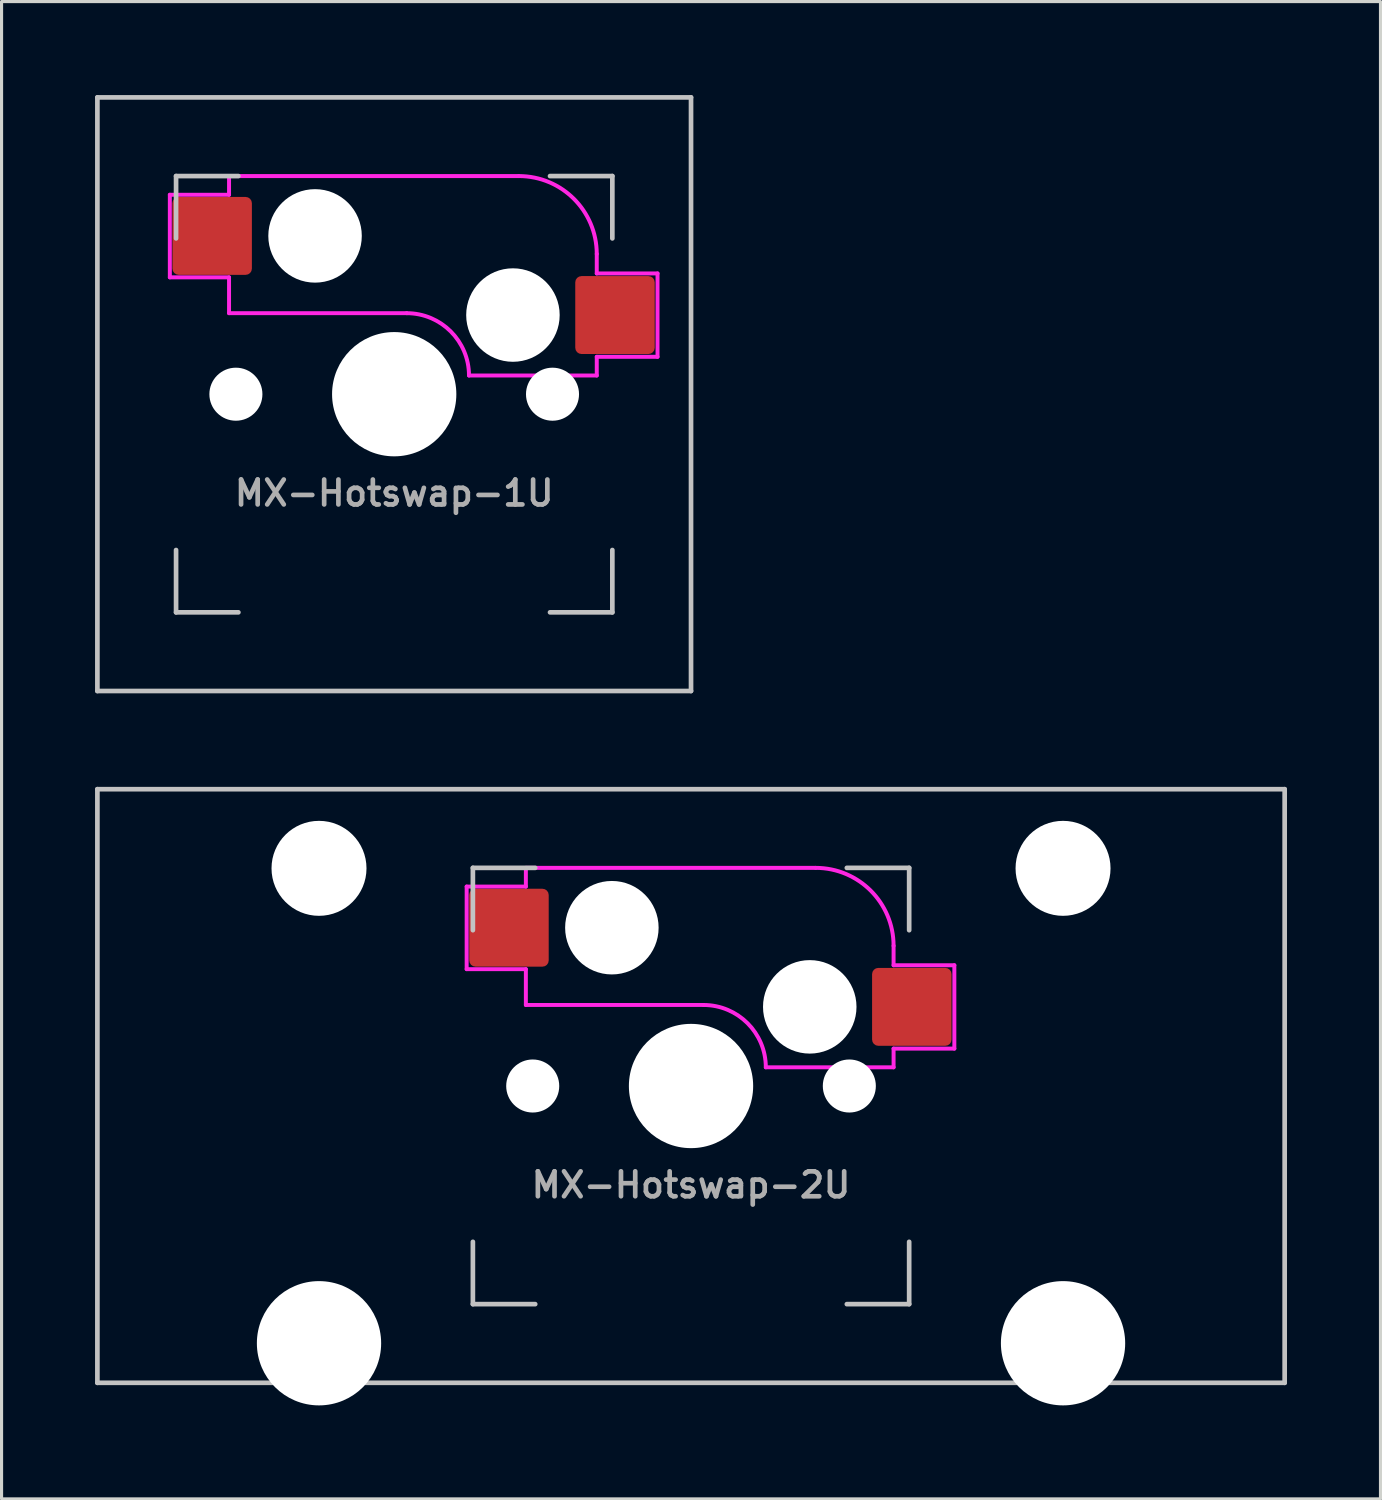
<source format=kicad_pcb>
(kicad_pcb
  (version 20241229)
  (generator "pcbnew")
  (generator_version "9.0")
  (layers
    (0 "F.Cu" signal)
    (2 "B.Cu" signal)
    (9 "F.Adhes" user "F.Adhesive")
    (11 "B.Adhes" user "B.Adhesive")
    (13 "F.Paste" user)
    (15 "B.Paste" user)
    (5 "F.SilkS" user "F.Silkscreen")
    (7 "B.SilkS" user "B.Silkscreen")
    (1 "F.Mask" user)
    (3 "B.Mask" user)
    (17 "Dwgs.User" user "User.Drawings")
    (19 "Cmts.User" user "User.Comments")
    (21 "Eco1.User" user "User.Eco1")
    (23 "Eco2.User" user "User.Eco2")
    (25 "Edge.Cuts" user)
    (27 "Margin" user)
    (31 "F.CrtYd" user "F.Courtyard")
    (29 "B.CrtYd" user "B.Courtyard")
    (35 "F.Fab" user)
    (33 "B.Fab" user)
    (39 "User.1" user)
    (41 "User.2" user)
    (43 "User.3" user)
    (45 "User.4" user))
  (footprint "MX-Hotswap-2U"
    (layer "F.Cu")
    (at 19.125 31.8)
    (property "Reference" "MX-Hotswap-2U" (at 0 3.175 0) (layer "F.Fab") (effects (font (size 0.8 0.8) (thickness 0.15))))
    (attr smd)
    (fp_line (start -19.05 9.525) (end -19.05 -9.525) (stroke (width 0.15) (type solid)) (layer "Dwgs.User"))
    (fp_line (start -7 -7) (end -5 -7) (stroke (width 0.15) (type solid)) (layer "Dwgs.User"))
    (fp_line (start -7 -5) (end -7 -7) (stroke (width 0.15) (type solid)) (layer "Dwgs.User"))
    (fp_line (start -7 5) (end -7 7) (stroke (width 0.15) (type solid)) (layer "Dwgs.User"))
    (fp_line (start -7 7) (end -5 7) (stroke (width 0.15) (type solid)) (layer "Dwgs.User"))
    (fp_line (start 5 7) (end 7 7) (stroke (width 0.15) (type solid)) (layer "Dwgs.User"))
    (fp_line (start 7 -7) (end 5 -7) (stroke (width 0.15) (type solid)) (layer "Dwgs.User"))
    (fp_line (start 7 -5) (end 7 -7) (stroke (width 0.15) (type solid)) (layer "Dwgs.User"))
    (fp_line (start 7 7) (end 7 5) (stroke (width 0.15) (type solid)) (layer "Dwgs.User"))
    (fp_line (start 19.05 -9.525) (end -19.05 -9.525) (stroke (width 0.15) (type solid)) (layer "Dwgs.User"))
    (fp_line (start 19.05 9.525) (end -19.05 9.525) (stroke (width 0.15) (type solid)) (layer "Dwgs.User"))
    (fp_line (start 19.05 9.525) (end 19.05 -9.525) (stroke (width 0.15) (type solid)) (layer "Dwgs.User"))
    (fp_line (start -7.2 -6.4) (end -5.3 -6.4) (stroke (width 0.127) (type solid)) (layer "F.CrtYd"))
    (fp_line (start -7.2 -3.75) (end -7.2 -6.4) (stroke (width 0.127) (type solid)) (layer "F.CrtYd"))
    (fp_line (start -5.3 -6.4) (end -5.3 -7) (stroke (width 0.127) (type solid)) (layer "F.CrtYd"))
    (fp_line (start -5.3 -3.75) (end -7.2 -3.75) (stroke (width 0.127) (type solid)) (layer "F.CrtYd"))
    (fp_line (start -5.3 -3.75) (end -5.3 -2.6) (stroke (width 0.127) (type solid)) (layer "F.CrtYd"))
    (fp_line (start -5.3 -2.6) (end 0.4 -2.6) (stroke (width 0.127) (type solid)) (layer "F.CrtYd"))
    (fp_line (start 2.4 -0.6) (end 6.5 -0.6) (stroke (width 0.127) (type solid)) (layer "F.CrtYd"))
    (fp_line (start 4 -7) (end -5.3 -7) (stroke (width 0.127) (type solid)) (layer "F.CrtYd"))
    (fp_line (start 6.5 -3.875) (end 6.5 -4.5) (stroke (width 0.127) (type solid)) (layer "F.CrtYd"))
    (fp_line (start 6.5 -1.2) (end 6.5 -0.6) (stroke (width 0.127) (type solid)) (layer "F.CrtYd"))
    (fp_line (start 6.5 -1.2) (end 8.45 -1.2) (stroke (width 0.127) (type solid)) (layer "F.CrtYd"))
    (fp_line (start 8.45 -3.875) (end 6.5 -3.875) (stroke (width 0.127) (type solid)) (layer "F.CrtYd"))
    (fp_line (start 8.45 -1.2) (end 8.45 -3.875) (stroke (width 0.127) (type solid)) (layer "F.CrtYd"))
    (fp_arc (start 0.4 -2.6) (mid 1.814214 -2.014214) (end 2.4 -0.6) (stroke (width 0.127) (type solid)) (layer "F.CrtYd"))
    (fp_arc (start 4 -7) (mid 5.767767 -6.267767) (end 6.5 -4.5) (stroke (width 0.127) (type solid)) (layer "F.CrtYd"))
    (pad "" np_thru_hole circle (at -11.938 -6.985) (size 3.048 3.048) (drill 3.048) (layers "*.Cu" "*.Mask"))
    (pad "" np_thru_hole circle (at -11.938 8.255) (size 3.988 3.988) (drill 3.988) (layers "*.Cu" "*.Mask"))
    (pad "" np_thru_hole circle (at -5.08 0 311.901) (size 1.702 1.702) (drill 1.702) (layers "*.Cu" "*.Mask"))
    (pad "" np_thru_hole circle (at -2.54 -5.08) (size 3 3) (drill 3) (layers "*.Cu" "*.Mask"))
    (pad "" np_thru_hole circle (at 0 0) (size 3.988 3.988) (drill 3.988) (layers "*.Cu" "*.Mask"))
    (pad "" np_thru_hole circle (at 3.81 -2.54) (size 3 3) (drill 3) (layers "*.Cu" "*.Mask"))
    (pad "" np_thru_hole circle (at 5.08 0 311.901) (size 1.702 1.702) (drill 1.702) (layers "*.Cu" "*.Mask"))
    (pad "" np_thru_hole circle (at 11.938 -6.985) (size 3.048 3.048) (drill 3.048) (layers "*.Cu" "*.Mask"))
    (pad "" np_thru_hole circle (at 11.938 8.255) (size 3.988 3.988) (drill 3.988) (layers "*.Cu" "*.Mask"))
    (pad "1" smd roundrect (at 7.085 -2.54) (size 2.55 2.5) (layers "F.Cu" "F.Mask" "F.Paste") (roundrect_rratio 0.08))
    (pad "2" smd roundrect (at -5.842 -5.08) (size 2.55 2.5) (layers "F.Cu" "F.Mask" "F.Paste") (roundrect_rratio 0.08)))
  (footprint "MX-Hotswap-1U"
    (layer "F.Cu")
    (at 9.6 9.6)
    (property "Reference" "MX-Hotswap-1U" (at 0 3.175 0) (layer "F.Fab") (effects (font (size 0.8 0.8) (thickness 0.15))))
    (attr smd)
    (fp_line (start -9.525 9.525) (end -9.525 -9.525) (stroke (width 0.15) (type solid)) (layer "Dwgs.User"))
    (fp_line (start -7 -7) (end -5 -7) (stroke (width 0.15) (type solid)) (layer "Dwgs.User"))
    (fp_line (start -7 -5) (end -7 -7) (stroke (width 0.15) (type solid)) (layer "Dwgs.User"))
    (fp_line (start -7 5) (end -7 7) (stroke (width 0.15) (type solid)) (layer "Dwgs.User"))
    (fp_line (start -7 7) (end -5 7) (stroke (width 0.15) (type solid)) (layer "Dwgs.User"))
    (fp_line (start 5 7) (end 7 7) (stroke (width 0.15) (type solid)) (layer "Dwgs.User"))
    (fp_line (start 7 -7) (end 5 -7) (stroke (width 0.15) (type solid)) (layer "Dwgs.User"))
    (fp_line (start 7 -5) (end 7 -7) (stroke (width 0.15) (type solid)) (layer "Dwgs.User"))
    (fp_line (start 7 7) (end 7 5) (stroke (width 0.15) (type solid)) (layer "Dwgs.User"))
    (fp_line (start 9.525 -9.525) (end -9.525 -9.525) (stroke (width 0.15) (type solid)) (layer "Dwgs.User"))
    (fp_line (start 9.525 9.525) (end -9.525 9.525) (stroke (width 0.15) (type solid)) (layer "Dwgs.User"))
    (fp_line (start 9.525 9.525) (end 9.525 -9.525) (stroke (width 0.15) (type solid)) (layer "Dwgs.User"))
    (fp_line (start -7.2 -6.4) (end -5.3 -6.4) (stroke (width 0.127) (type solid)) (layer "F.CrtYd"))
    (fp_line (start -7.2 -3.75) (end -7.2 -6.4) (stroke (width 0.127) (type solid)) (layer "F.CrtYd"))
    (fp_line (start -5.3 -6.4) (end -5.3 -7) (stroke (width 0.127) (type solid)) (layer "F.CrtYd"))
    (fp_line (start -5.3 -3.75) (end -7.2 -3.75) (stroke (width 0.127) (type solid)) (layer "F.CrtYd"))
    (fp_line (start -5.3 -3.75) (end -5.3 -2.6) (stroke (width 0.127) (type solid)) (layer "F.CrtYd"))
    (fp_line (start -5.3 -2.6) (end 0.4 -2.6) (stroke (width 0.127) (type solid)) (layer "F.CrtYd"))
    (fp_line (start 2.4 -0.6) (end 6.5 -0.6) (stroke (width 0.127) (type solid)) (layer "F.CrtYd"))
    (fp_line (start 4 -7) (end -5.3 -7) (stroke (width 0.127) (type solid)) (layer "F.CrtYd"))
    (fp_line (start 6.5 -3.875) (end 6.5 -4.5) (stroke (width 0.127) (type solid)) (layer "F.CrtYd"))
    (fp_line (start 6.5 -1.2) (end 6.5 -0.6) (stroke (width 0.127) (type solid)) (layer "F.CrtYd"))
    (fp_line (start 6.5 -1.2) (end 8.45 -1.2) (stroke (width 0.127) (type solid)) (layer "F.CrtYd"))
    (fp_line (start 8.45 -3.875) (end 6.5 -3.875) (stroke (width 0.127) (type solid)) (layer "F.CrtYd"))
    (fp_line (start 8.45 -1.2) (end 8.45 -3.875) (stroke (width 0.127) (type solid)) (layer "F.CrtYd"))
    (fp_arc (start 0.4 -2.6) (mid 1.814214 -2.014214) (end 2.4 -0.6) (stroke (width 0.127) (type solid)) (layer "F.CrtYd"))
    (fp_arc (start 4 -7) (mid 5.767767 -6.267767) (end 6.5 -4.5) (stroke (width 0.127) (type solid)) (layer "F.CrtYd"))
    (pad "" np_thru_hole circle (at -5.08 0 311.901) (size 1.702 1.702) (drill 1.702) (layers "*.Cu" "*.Mask"))
    (pad "" np_thru_hole circle (at -2.54 -5.08) (size 3 3) (drill 3) (layers "*.Cu" "*.Mask"))
    (pad "" np_thru_hole circle (at 0 0) (size 3.988 3.988) (drill 3.988) (layers "*.Cu" "*.Mask"))
    (pad "" np_thru_hole circle (at 3.81 -2.54) (size 3 3) (drill 3) (layers "*.Cu" "*.Mask"))
    (pad "" np_thru_hole circle (at 5.08 0 311.901) (size 1.702 1.702) (drill 1.702) (layers "*.Cu" "*.Mask"))
    (pad "1" smd roundrect (at 7.085 -2.54) (size 2.55 2.5) (layers "F.Cu" "F.Mask" "F.Paste") (roundrect_rratio 0.08))
    (pad "2" smd roundrect (at -5.842 -5.08) (size 2.55 2.5) (layers "F.Cu" "F.Mask" "F.Paste") (roundrect_rratio 0.08)))
  (gr_rect
    (start -3 -3)
    (end 41.25 45.049)
    (stroke (width 0.1) (type default))
    (fill no)
    (layer "Edge.Cuts")))
</source>
